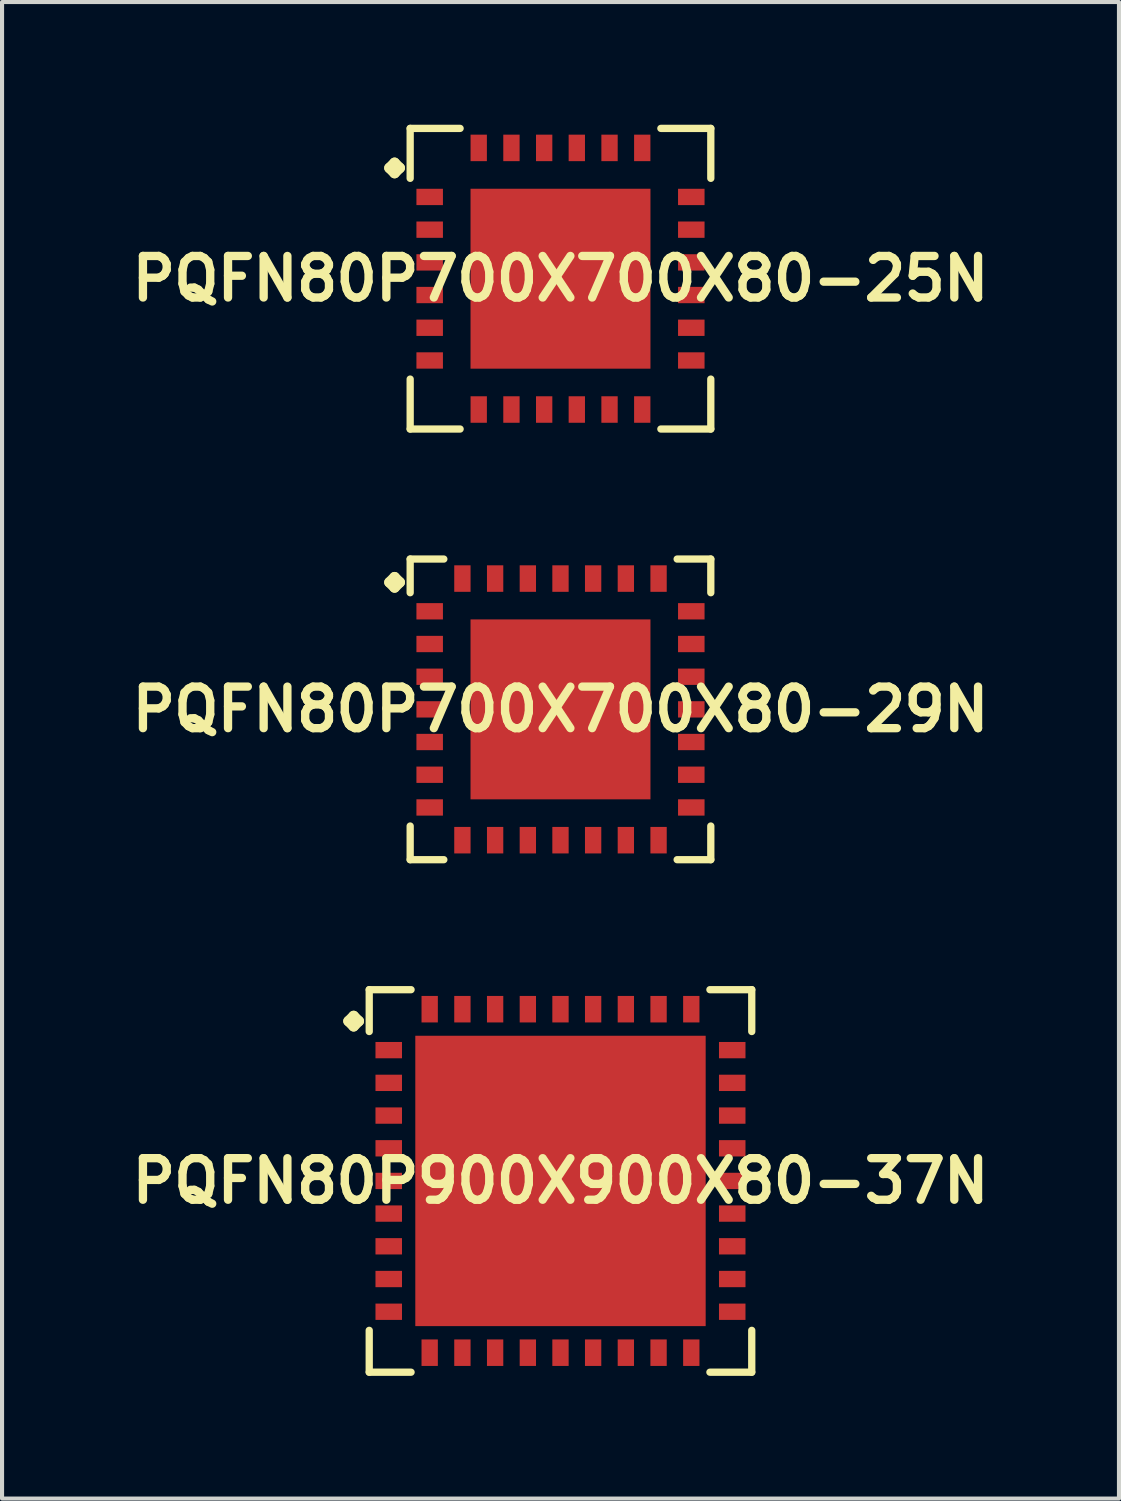
<source format=kicad_pcb>
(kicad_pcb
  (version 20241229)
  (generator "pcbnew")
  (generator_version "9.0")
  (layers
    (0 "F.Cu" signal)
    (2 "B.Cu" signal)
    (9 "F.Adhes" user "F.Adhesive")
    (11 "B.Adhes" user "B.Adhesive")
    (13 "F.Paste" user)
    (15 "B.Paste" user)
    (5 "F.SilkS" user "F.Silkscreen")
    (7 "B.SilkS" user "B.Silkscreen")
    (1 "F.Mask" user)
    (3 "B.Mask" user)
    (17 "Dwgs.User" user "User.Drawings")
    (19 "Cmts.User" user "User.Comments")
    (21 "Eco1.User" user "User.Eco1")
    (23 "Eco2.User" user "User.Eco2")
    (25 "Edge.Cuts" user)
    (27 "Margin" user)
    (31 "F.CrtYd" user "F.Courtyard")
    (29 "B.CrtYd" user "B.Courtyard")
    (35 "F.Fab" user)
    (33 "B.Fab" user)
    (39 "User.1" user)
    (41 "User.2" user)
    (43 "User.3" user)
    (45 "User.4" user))
  (footprint "PQFN80P700X700X80-29N"
    (layer "F.Cu")
    (at 10.653 14.293)
    (property "Reference" "PQFN80P700X700X80-29N" (at 0 0 0) (layer "F.SilkS") (effects (font (size 1.016 1.016) (thickness 0.203))))
    (attr smd)
    (fp_line (start -4.183 -3.106) (end -4.056 -3.233) (stroke (width 0.254) (type solid)) (layer "F.SilkS"))
    (fp_line (start -4.056 -3.233) (end -3.929 -3.106) (stroke (width 0.254) (type solid)) (layer "F.SilkS"))
    (fp_line (start -4.056 -2.979) (end -4.183 -3.106) (stroke (width 0.254) (type solid)) (layer "F.SilkS"))
    (fp_line (start -3.929 -3.106) (end -4.056 -2.979) (stroke (width 0.254) (type solid)) (layer "F.SilkS"))
    (fp_line (start -3.675 -3.675) (end -2.852 -3.675) (stroke (width 0.178) (type solid)) (layer "F.SilkS"))
    (fp_line (start -3.675 -2.852) (end -3.675 -3.675) (stroke (width 0.178) (type solid)) (layer "F.SilkS"))
    (fp_line (start -3.675 2.852) (end -3.675 3.675) (stroke (width 0.178) (type solid)) (layer "F.SilkS"))
    (fp_line (start -3.675 3.675) (end -2.852 3.675) (stroke (width 0.178) (type solid)) (layer "F.SilkS"))
    (fp_line (start 2.852 -3.675) (end 3.675 -3.675) (stroke (width 0.178) (type solid)) (layer "F.SilkS"))
    (fp_line (start 2.852 3.675) (end 3.675 3.675) (stroke (width 0.178) (type solid)) (layer "F.SilkS"))
    (fp_line (start 3.675 -3.675) (end 3.675 -2.852) (stroke (width 0.178) (type solid)) (layer "F.SilkS"))
    (fp_line (start 3.675 3.675) (end 3.675 2.852) (stroke (width 0.178) (type solid)) (layer "F.SilkS"))
    (pad "1" smd rect (at -3.198 -2.398) (size 0.648 0.399) (layers "F.Cu" "F.Mask" "F.Paste"))
    (pad "2" smd rect (at -3.198 -1.598) (size 0.648 0.399) (layers "F.Cu" "F.Mask" "F.Paste"))
    (pad "3" smd rect (at -3.198 -0.798) (size 0.648 0.399) (layers "F.Cu" "F.Mask" "F.Paste"))
    (pad "4" smd rect (at -3.198 0) (size 0.648 0.399) (layers "F.Cu" "F.Mask" "F.Paste"))
    (pad "5" smd rect (at -3.198 0.798) (size 0.648 0.399) (layers "F.Cu" "F.Mask" "F.Paste"))
    (pad "6" smd rect (at -3.198 1.598) (size 0.648 0.399) (layers "F.Cu" "F.Mask" "F.Paste"))
    (pad "7" smd rect (at -3.198 2.398) (size 0.648 0.399) (layers "F.Cu" "F.Mask" "F.Paste"))
    (pad "8" smd rect (at -2.398 3.198) (size 0.399 0.648) (layers "F.Cu" "F.Mask" "F.Paste"))
    (pad "9" smd rect (at -1.598 3.198) (size 0.399 0.648) (layers "F.Cu" "F.Mask" "F.Paste"))
    (pad "10" smd rect (at -0.798 3.198) (size 0.399 0.648) (layers "F.Cu" "F.Mask" "F.Paste"))
    (pad "11" smd rect (at 0 3.198) (size 0.399 0.648) (layers "F.Cu" "F.Mask" "F.Paste"))
    (pad "12" smd rect (at 0.798 3.198) (size 0.399 0.648) (layers "F.Cu" "F.Mask" "F.Paste"))
    (pad "13" smd rect (at 1.598 3.198) (size 0.399 0.648) (layers "F.Cu" "F.Mask" "F.Paste"))
    (pad "14" smd rect (at 2.398 3.198) (size 0.399 0.648) (layers "F.Cu" "F.Mask" "F.Paste"))
    (pad "15" smd rect (at 3.198 2.398) (size 0.648 0.399) (layers "F.Cu" "F.Mask" "F.Paste"))
    (pad "16" smd rect (at 3.198 1.598) (size 0.648 0.399) (layers "F.Cu" "F.Mask" "F.Paste"))
    (pad "17" smd rect (at 3.198 0.798) (size 0.648 0.399) (layers "F.Cu" "F.Mask" "F.Paste"))
    (pad "18" smd rect (at 3.198 0) (size 0.648 0.399) (layers "F.Cu" "F.Mask" "F.Paste"))
    (pad "19" smd rect (at 3.198 -0.798) (size 0.648 0.399) (layers "F.Cu" "F.Mask" "F.Paste"))
    (pad "20" smd rect (at 3.198 -1.598) (size 0.648 0.399) (layers "F.Cu" "F.Mask" "F.Paste"))
    (pad "21" smd rect (at 3.198 -2.398) (size 0.648 0.399) (layers "F.Cu" "F.Mask" "F.Paste"))
    (pad "22" smd rect (at 2.398 -3.198) (size 0.399 0.648) (layers "F.Cu" "F.Mask" "F.Paste"))
    (pad "23" smd rect (at 1.598 -3.198) (size 0.399 0.648) (layers "F.Cu" "F.Mask" "F.Paste"))
    (pad "24" smd rect (at 0.798 -3.198) (size 0.399 0.648) (layers "F.Cu" "F.Mask" "F.Paste"))
    (pad "25" smd rect (at 0 -3.198) (size 0.399 0.648) (layers "F.Cu" "F.Mask" "F.Paste"))
    (pad "26" smd rect (at -0.798 -3.198) (size 0.399 0.648) (layers "F.Cu" "F.Mask" "F.Paste"))
    (pad "27" smd rect (at -1.598 -3.198) (size 0.399 0.648) (layers "F.Cu" "F.Mask" "F.Paste"))
    (pad "28" smd rect (at -2.398 -3.198) (size 0.399 0.648) (layers "F.Cu" "F.Mask" "F.Paste"))
    (pad "29" smd rect (at 0 0) (size 4.399 4.399) (layers "F.Cu" "F.Mask" "F.Paste")))
  (footprint "PQFN80P700X700X80-25N"
    (layer "F.Cu")
    (at 10.653 3.764)
    (property "Reference" "PQFN80P700X700X80-25N" (at 0 0 0) (layer "F.SilkS") (effects (font (size 1.016 1.016) (thickness 0.203))))
    (attr smd)
    (fp_line (start -4.183 -2.708) (end -4.056 -2.835) (stroke (width 0.254) (type solid)) (layer "F.SilkS"))
    (fp_line (start -4.056 -2.835) (end -3.929 -2.708) (stroke (width 0.254) (type solid)) (layer "F.SilkS"))
    (fp_line (start -4.056 -2.581) (end -4.183 -2.708) (stroke (width 0.254) (type solid)) (layer "F.SilkS"))
    (fp_line (start -3.929 -2.708) (end -4.056 -2.581) (stroke (width 0.254) (type solid)) (layer "F.SilkS"))
    (fp_line (start -3.675 -3.675) (end -2.454 -3.675) (stroke (width 0.178) (type solid)) (layer "F.SilkS"))
    (fp_line (start -3.675 -2.454) (end -3.675 -3.675) (stroke (width 0.178) (type solid)) (layer "F.SilkS"))
    (fp_line (start -3.675 2.454) (end -3.675 3.675) (stroke (width 0.178) (type solid)) (layer "F.SilkS"))
    (fp_line (start -3.675 3.675) (end -2.454 3.675) (stroke (width 0.178) (type solid)) (layer "F.SilkS"))
    (fp_line (start 2.454 -3.675) (end 3.675 -3.675) (stroke (width 0.178) (type solid)) (layer "F.SilkS"))
    (fp_line (start 2.454 3.675) (end 3.675 3.675) (stroke (width 0.178) (type solid)) (layer "F.SilkS"))
    (fp_line (start 3.675 -3.675) (end 3.675 -2.454) (stroke (width 0.178) (type solid)) (layer "F.SilkS"))
    (fp_line (start 3.675 3.675) (end 3.675 2.454) (stroke (width 0.178) (type solid)) (layer "F.SilkS"))
    (pad "1" smd rect (at -3.198 -1.999) (size 0.648 0.399) (layers "F.Cu" "F.Mask" "F.Paste"))
    (pad "2" smd rect (at -3.198 -1.199) (size 0.648 0.399) (layers "F.Cu" "F.Mask" "F.Paste"))
    (pad "3" smd rect (at -3.198 -0.399) (size 0.648 0.399) (layers "F.Cu" "F.Mask" "F.Paste"))
    (pad "4" smd rect (at -3.198 0.399) (size 0.648 0.399) (layers "F.Cu" "F.Mask" "F.Paste"))
    (pad "5" smd rect (at -3.198 1.199) (size 0.648 0.399) (layers "F.Cu" "F.Mask" "F.Paste"))
    (pad "6" smd rect (at -3.198 1.999) (size 0.648 0.399) (layers "F.Cu" "F.Mask" "F.Paste"))
    (pad "7" smd rect (at -1.999 3.198) (size 0.399 0.648) (layers "F.Cu" "F.Mask" "F.Paste"))
    (pad "8" smd rect (at -1.199 3.198) (size 0.399 0.648) (layers "F.Cu" "F.Mask" "F.Paste"))
    (pad "9" smd rect (at -0.399 3.198) (size 0.399 0.648) (layers "F.Cu" "F.Mask" "F.Paste"))
    (pad "10" smd rect (at 0.399 3.198) (size 0.399 0.648) (layers "F.Cu" "F.Mask" "F.Paste"))
    (pad "11" smd rect (at 1.199 3.198) (size 0.399 0.648) (layers "F.Cu" "F.Mask" "F.Paste"))
    (pad "12" smd rect (at 1.999 3.198) (size 0.399 0.648) (layers "F.Cu" "F.Mask" "F.Paste"))
    (pad "13" smd rect (at 3.198 1.999) (size 0.648 0.399) (layers "F.Cu" "F.Mask" "F.Paste"))
    (pad "14" smd rect (at 3.198 1.199) (size 0.648 0.399) (layers "F.Cu" "F.Mask" "F.Paste"))
    (pad "15" smd rect (at 3.198 0.399) (size 0.648 0.399) (layers "F.Cu" "F.Mask" "F.Paste"))
    (pad "16" smd rect (at 3.198 -0.399) (size 0.648 0.399) (layers "F.Cu" "F.Mask" "F.Paste"))
    (pad "17" smd rect (at 3.198 -1.199) (size 0.648 0.399) (layers "F.Cu" "F.Mask" "F.Paste"))
    (pad "18" smd rect (at 3.198 -1.999) (size 0.648 0.399) (layers "F.Cu" "F.Mask" "F.Paste"))
    (pad "19" smd rect (at 1.999 -3.198) (size 0.399 0.648) (layers "F.Cu" "F.Mask" "F.Paste"))
    (pad "20" smd rect (at 1.199 -3.198) (size 0.399 0.648) (layers "F.Cu" "F.Mask" "F.Paste"))
    (pad "21" smd rect (at 0.399 -3.198) (size 0.399 0.648) (layers "F.Cu" "F.Mask" "F.Paste"))
    (pad "22" smd rect (at -0.399 -3.198) (size 0.399 0.648) (layers "F.Cu" "F.Mask" "F.Paste"))
    (pad "23" smd rect (at -1.199 -3.198) (size 0.399 0.648) (layers "F.Cu" "F.Mask" "F.Paste"))
    (pad "24" smd rect (at -1.999 -3.198) (size 0.399 0.648) (layers "F.Cu" "F.Mask" "F.Paste"))
    (pad "25" smd rect (at 0 0) (size 4.399 4.399) (layers "F.Cu" "F.Mask" "F.Paste")))
  (footprint "PQFN80P900X900X80-37N"
    (layer "F.Cu")
    (at 10.653 25.822)
    (property "Reference" "PQFN80P900X900X80-37N" (at 0 0 0) (layer "F.SilkS") (effects (font (size 1.016 1.016) (thickness 0.203))))
    (attr smd)
    (fp_line (start -5.184 -3.907) (end -5.057 -4.034) (stroke (width 0.254) (type solid)) (layer "F.SilkS"))
    (fp_line (start -5.057 -4.034) (end -4.93 -3.907) (stroke (width 0.254) (type solid)) (layer "F.SilkS"))
    (fp_line (start -5.057 -3.78) (end -5.184 -3.907) (stroke (width 0.254) (type solid)) (layer "F.SilkS"))
    (fp_line (start -4.93 -3.907) (end -5.057 -3.78) (stroke (width 0.254) (type solid)) (layer "F.SilkS"))
    (fp_line (start -4.676 -4.676) (end -3.653 -4.676) (stroke (width 0.178) (type solid)) (layer "F.SilkS"))
    (fp_line (start -4.676 -3.653) (end -4.676 -4.676) (stroke (width 0.178) (type solid)) (layer "F.SilkS"))
    (fp_line (start -4.676 3.653) (end -4.676 4.676) (stroke (width 0.178) (type solid)) (layer "F.SilkS"))
    (fp_line (start -4.676 4.676) (end -3.653 4.676) (stroke (width 0.178) (type solid)) (layer "F.SilkS"))
    (fp_line (start 3.653 -4.676) (end 4.676 -4.676) (stroke (width 0.178) (type solid)) (layer "F.SilkS"))
    (fp_line (start 3.653 4.676) (end 4.676 4.676) (stroke (width 0.178) (type solid)) (layer "F.SilkS"))
    (fp_line (start 4.676 -4.676) (end 4.676 -3.653) (stroke (width 0.178) (type solid)) (layer "F.SilkS"))
    (fp_line (start 4.676 4.676) (end 4.676 3.653) (stroke (width 0.178) (type solid)) (layer "F.SilkS"))
    (pad "1" smd rect (at -4.199 -3.198) (size 0.648 0.399) (layers "F.Cu" "F.Mask" "F.Paste"))
    (pad "2" smd rect (at -4.199 -2.398) (size 0.648 0.399) (layers "F.Cu" "F.Mask" "F.Paste"))
    (pad "3" smd rect (at -4.199 -1.598) (size 0.648 0.399) (layers "F.Cu" "F.Mask" "F.Paste"))
    (pad "4" smd rect (at -4.199 -0.798) (size 0.648 0.399) (layers "F.Cu" "F.Mask" "F.Paste"))
    (pad "5" smd rect (at -4.199 0) (size 0.648 0.399) (layers "F.Cu" "F.Mask" "F.Paste"))
    (pad "6" smd rect (at -4.199 0.798) (size 0.648 0.399) (layers "F.Cu" "F.Mask" "F.Paste"))
    (pad "7" smd rect (at -4.199 1.598) (size 0.648 0.399) (layers "F.Cu" "F.Mask" "F.Paste"))
    (pad "8" smd rect (at -4.199 2.398) (size 0.648 0.399) (layers "F.Cu" "F.Mask" "F.Paste"))
    (pad "9" smd rect (at -4.199 3.198) (size 0.648 0.399) (layers "F.Cu" "F.Mask" "F.Paste"))
    (pad "10" smd rect (at -3.198 4.199) (size 0.399 0.648) (layers "F.Cu" "F.Mask" "F.Paste"))
    (pad "11" smd rect (at -2.398 4.199) (size 0.399 0.648) (layers "F.Cu" "F.Mask" "F.Paste"))
    (pad "12" smd rect (at -1.598 4.199) (size 0.399 0.648) (layers "F.Cu" "F.Mask" "F.Paste"))
    (pad "13" smd rect (at -0.798 4.199) (size 0.399 0.648) (layers "F.Cu" "F.Mask" "F.Paste"))
    (pad "14" smd rect (at 0 4.199) (size 0.399 0.648) (layers "F.Cu" "F.Mask" "F.Paste"))
    (pad "15" smd rect (at 0.798 4.199) (size 0.399 0.648) (layers "F.Cu" "F.Mask" "F.Paste"))
    (pad "16" smd rect (at 1.598 4.199) (size 0.399 0.648) (layers "F.Cu" "F.Mask" "F.Paste"))
    (pad "17" smd rect (at 2.398 4.199) (size 0.399 0.648) (layers "F.Cu" "F.Mask" "F.Paste"))
    (pad "18" smd rect (at 3.198 4.199) (size 0.399 0.648) (layers "F.Cu" "F.Mask" "F.Paste"))
    (pad "19" smd rect (at 4.199 3.198) (size 0.648 0.399) (layers "F.Cu" "F.Mask" "F.Paste"))
    (pad "20" smd rect (at 4.199 2.398) (size 0.648 0.399) (layers "F.Cu" "F.Mask" "F.Paste"))
    (pad "21" smd rect (at 4.199 1.598) (size 0.648 0.399) (layers "F.Cu" "F.Mask" "F.Paste"))
    (pad "22" smd rect (at 4.199 0.798) (size 0.648 0.399) (layers "F.Cu" "F.Mask" "F.Paste"))
    (pad "23" smd rect (at 4.199 0) (size 0.648 0.399) (layers "F.Cu" "F.Mask" "F.Paste"))
    (pad "24" smd rect (at 4.199 -0.798) (size 0.648 0.399) (layers "F.Cu" "F.Mask" "F.Paste"))
    (pad "25" smd rect (at 4.199 -1.598) (size 0.648 0.399) (layers "F.Cu" "F.Mask" "F.Paste"))
    (pad "26" smd rect (at 4.199 -2.398) (size 0.648 0.399) (layers "F.Cu" "F.Mask" "F.Paste"))
    (pad "27" smd rect (at 4.199 -3.198) (size 0.648 0.399) (layers "F.Cu" "F.Mask" "F.Paste"))
    (pad "28" smd rect (at 3.198 -4.199) (size 0.399 0.648) (layers "F.Cu" "F.Mask" "F.Paste"))
    (pad "29" smd rect (at 2.398 -4.199) (size 0.399 0.648) (layers "F.Cu" "F.Mask" "F.Paste"))
    (pad "30" smd rect (at 1.598 -4.199) (size 0.399 0.648) (layers "F.Cu" "F.Mask" "F.Paste"))
    (pad "31" smd rect (at 0.798 -4.199) (size 0.399 0.648) (layers "F.Cu" "F.Mask" "F.Paste"))
    (pad "32" smd rect (at 0 -4.199) (size 0.399 0.648) (layers "F.Cu" "F.Mask" "F.Paste"))
    (pad "33" smd rect (at -0.798 -4.199) (size 0.399 0.648) (layers "F.Cu" "F.Mask" "F.Paste"))
    (pad "34" smd rect (at -1.598 -4.199) (size 0.399 0.648) (layers "F.Cu" "F.Mask" "F.Paste"))
    (pad "35" smd rect (at -2.398 -4.199) (size 0.399 0.648) (layers "F.Cu" "F.Mask" "F.Paste"))
    (pad "36" smd rect (at -3.198 -4.199) (size 0.399 0.648) (layers "F.Cu" "F.Mask" "F.Paste"))
    (pad "37" smd rect (at 0 0) (size 7.099 7.099) (layers "F.Cu" "F.Mask" "F.Paste")))
  (gr_rect
    (start -3 -3)
    (end 24.307 33.587)
    (stroke (width 0.1) (type default))
    (fill no)
    (layer "Edge.Cuts")))
</source>
